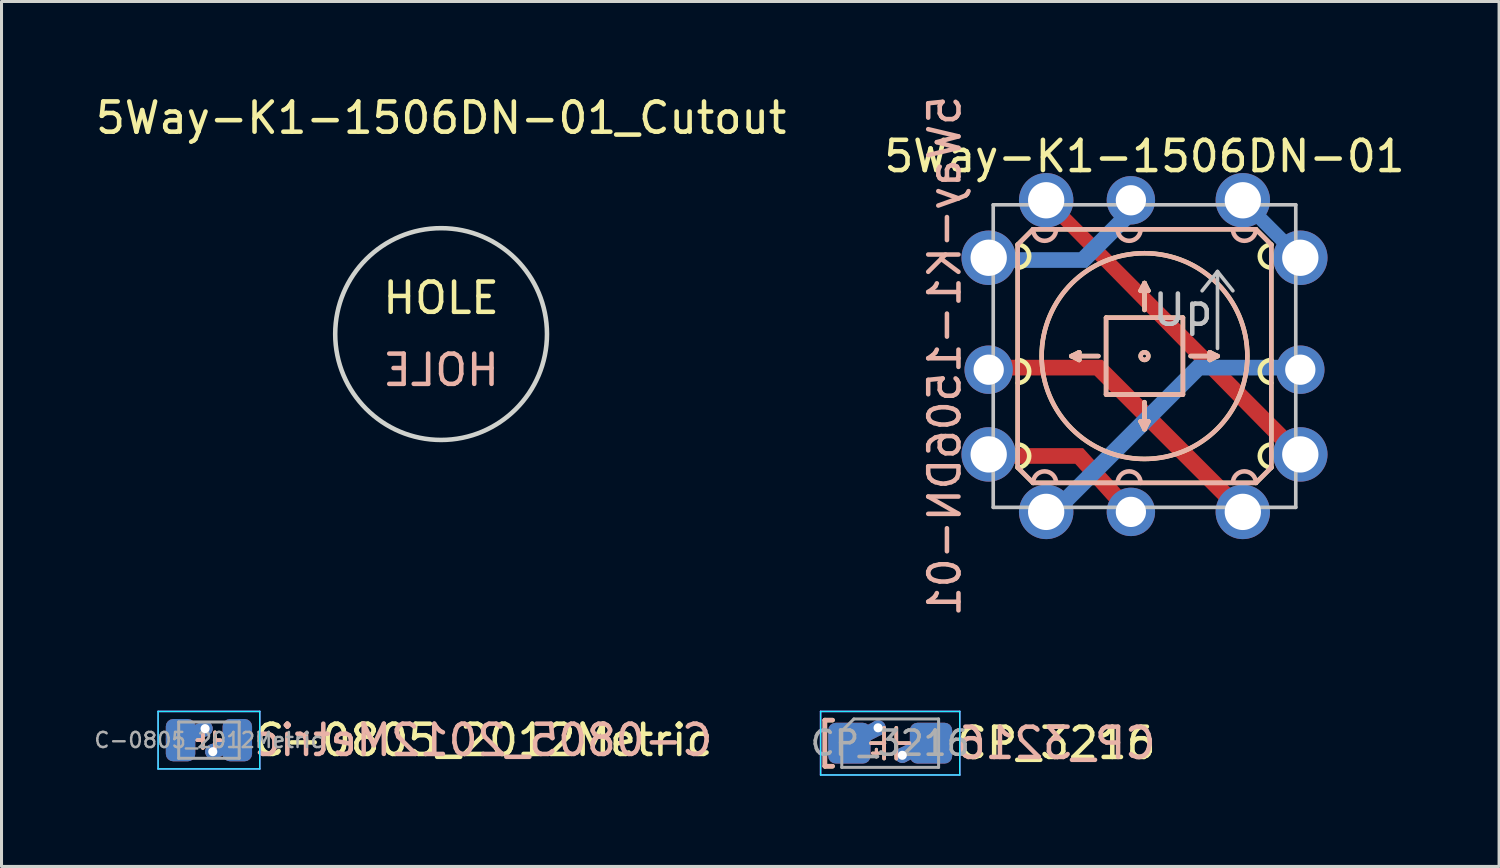
<source format=kicad_pcb>
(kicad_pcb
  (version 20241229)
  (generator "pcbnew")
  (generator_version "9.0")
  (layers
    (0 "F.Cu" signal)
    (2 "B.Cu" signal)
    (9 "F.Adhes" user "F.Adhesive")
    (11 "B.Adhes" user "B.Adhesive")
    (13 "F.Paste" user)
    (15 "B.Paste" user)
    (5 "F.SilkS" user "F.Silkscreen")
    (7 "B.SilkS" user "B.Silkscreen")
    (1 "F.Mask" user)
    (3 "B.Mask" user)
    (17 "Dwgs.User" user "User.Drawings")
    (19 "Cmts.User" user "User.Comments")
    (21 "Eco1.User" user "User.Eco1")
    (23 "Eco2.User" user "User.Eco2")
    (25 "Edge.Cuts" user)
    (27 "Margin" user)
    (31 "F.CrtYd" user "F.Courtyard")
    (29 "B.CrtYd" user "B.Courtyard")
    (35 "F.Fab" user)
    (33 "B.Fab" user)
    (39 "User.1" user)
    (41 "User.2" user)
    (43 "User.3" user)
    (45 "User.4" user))
  (footprint "CP_3216"
    (layer "F.Cu")
    (at 26.374 21.515)
    (property "Reference" "CP_3216" (at 2.1 0 0) (layer "F.SilkS") (effects (font (size 1 1) (thickness 0.15)) (justify left)))
    (attr smd)
    (fp_line (start -2.159 -0.762) (end -2.159 0.762) (stroke (width 0.15) (type solid)) (layer "F.SilkS"))
    (fp_line (start -2.159 0.762) (end -1.905 0.762) (stroke (width 0.15) (type solid)) (layer "F.SilkS"))
    (fp_line (start -1.905 -0.762) (end -2.159 -0.762) (stroke (width 0.15) (type solid)) (layer "F.SilkS"))
    (fp_line (start -0.457 0.203) (end -0.457 0.457) (stroke (width 0.1) (type solid)) (layer "F.SilkS"))
    (fp_line (start -0.33 0.33) (end -0.584 0.33) (stroke (width 0.1) (type solid)) (layer "F.SilkS"))
    (fp_line (start -0.202 -0.508) (end -0.202 0.508) (stroke (width 0.12) (type solid)) (layer "F.SilkS"))
    (fp_line (start -0.191 0) (end -0.635 0) (stroke (width 0.12) (type solid)) (layer "F.SilkS"))
    (fp_line (start 0.202 -0.508) (end 0.202 0.508) (stroke (width 0.12) (type solid)) (layer "F.SilkS"))
    (fp_line (start 0.635 0) (end 0.191 0) (stroke (width 0.12) (type solid)) (layer "F.SilkS"))
    (fp_line (start -2.159 -0.762) (end -2.159 0.762) (stroke (width 0.15) (type solid)) (layer "B.SilkS"))
    (fp_line (start -2.159 0.762) (end -1.905 0.762) (stroke (width 0.15) (type solid)) (layer "B.SilkS"))
    (fp_line (start -1.905 -0.762) (end -2.159 -0.762) (stroke (width 0.15) (type solid)) (layer "B.SilkS"))
    (fp_line (start -0.457 0.203) (end -0.457 0.457) (stroke (width 0.1) (type solid)) (layer "B.SilkS"))
    (fp_line (start -0.33 0.33) (end -0.584 0.33) (stroke (width 0.1) (type solid)) (layer "B.SilkS"))
    (fp_line (start -0.202 -0.508) (end -0.202 0.508) (stroke (width 0.12) (type solid)) (layer "B.SilkS"))
    (fp_line (start -0.191 0) (end -0.635 0) (stroke (width 0.12) (type solid)) (layer "B.SilkS"))
    (fp_line (start 0.202 -0.508) (end 0.202 0.508) (stroke (width 0.12) (type solid)) (layer "B.SilkS"))
    (fp_line (start 0.635 0) (end 0.191 0) (stroke (width 0.12) (type solid)) (layer "B.SilkS"))
    (fp_line (start -2.3 -1.05) (end 2.3 -1.05) (stroke (width 0.05) (type solid)) (layer "B.CrtYd"))
    (fp_line (start -2.3 1.05) (end -2.3 -1.05) (stroke (width 0.05) (type solid)) (layer "B.CrtYd"))
    (fp_line (start 2.3 -1.05) (end 2.3 1.05) (stroke (width 0.05) (type solid)) (layer "B.CrtYd"))
    (fp_line (start 2.3 1.05) (end -2.3 1.05) (stroke (width 0.05) (type solid)) (layer "B.CrtYd"))
    (fp_line (start -2.3 -1.05) (end 2.3 -1.05) (stroke (width 0.05) (type solid)) (layer "F.CrtYd"))
    (fp_line (start -2.3 1.05) (end -2.3 -1.05) (stroke (width 0.05) (type solid)) (layer "F.CrtYd"))
    (fp_line (start 2.3 -1.05) (end 2.3 1.05) (stroke (width 0.05) (type solid)) (layer "F.CrtYd"))
    (fp_line (start 2.3 1.05) (end -2.3 1.05) (stroke (width 0.05) (type solid)) (layer "F.CrtYd"))
    (fp_line (start -1.6 -0.4) (end -1.6 0.8) (stroke (width 0.1) (type solid)) (layer "F.Fab"))
    (fp_line (start -1.6 0.8) (end 1.6 0.8) (stroke (width 0.1) (type solid)) (layer "F.Fab"))
    (fp_line (start -1.2 -0.8) (end -1.6 -0.4) (stroke (width 0.1) (type solid)) (layer "F.Fab"))
    (fp_line (start 1.6 -0.8) (end -1.2 -0.8) (stroke (width 0.1) (type solid)) (layer "F.Fab"))
    (fp_line (start 1.6 0.8) (end 1.6 -0.8) (stroke (width 0.1) (type solid)) (layer "F.Fab"))
    (fp_text user "${REFERENCE}" (at 2.1 0 0) (layer "B.SilkS") (effects (font (size 1 1) (thickness 0.15)) (justify right mirror)))
    (fp_text user "${REFERENCE}" (at 0 0 0) (layer "F.Fab") (effects (font (size 0.8 0.8) (thickness 0.12))))
    (pad "1" smd custom (at -1.35 0) (size 1.2 1.2) (layers "F.Cu") (options (anchor circle)) (primitives (gr_line (start -0.05 0) (end 0.95 -0.5) (width 0.5))))
    (pad "1" smd custom (at -1.35 0) (size 1.2 1.2) (layers "B.Cu") (options (anchor circle)) (primitives (gr_line (start -0.05 0) (end 0.95 -0.5) (width 0.5))))
    (pad "1" smd roundrect (at -1.35 0) (size 1.4 1.35) (layers "F.Cu" "F.Mask" "F.Paste") (roundrect_rratio 0.185))
    (pad "1" smd roundrect (at -1.35 0) (size 1.4 1.35) (layers "B.Cu" "B.Mask" "B.Paste") (roundrect_rratio 0.185))
    (pad "1" thru_hole circle (at -0.4 -0.508) (size 0.5 0.5) (drill 0.3) (layers "*.Cu"))
    (pad "2" thru_hole circle (at 0.4 0.4) (size 0.5 0.5) (drill 0.3) (layers "*.Cu"))
    (pad "2" smd custom (at 1.35 0) (size 1.2 1.2) (layers "F.Cu") (options (anchor circle)) (primitives (gr_line (start -0.95 0.4) (end 0.05 -0.1) (width 0.5))))
    (pad "2" smd custom (at 1.35 0) (size 1.2 1.2) (layers "B.Cu") (options (anchor circle)) (primitives (gr_line (start -0.95 0.4) (end 0.05 -0.1) (width 0.5))))
    (pad "2" smd roundrect (at 1.35 0) (size 1.4 1.35) (layers "F.Cu" "F.Mask" "F.Paste") (roundrect_rratio 0.185))
    (pad "2" smd roundrect (at 1.35 0) (size 1.4 1.35) (layers "B.Cu" "B.Mask" "B.Paste") (roundrect_rratio 0.185)))
  (footprint "5Way-K1-1506DN-01_Cutout"
    (layer "F.Cu")
    (at 11.53 7.992)
    (property "Reference" "5Way-K1-1506DN-01_Cutout" (at 0 -7.144 0) (layer "F.SilkS") (effects (font (size 1 1) (thickness 0.15))))
    (attr through_hole)
    (fp_circle (center 0 0) (end 3.5 0) (stroke (width 0.15) (type solid)) (fill no) (layer "Edge.Cuts"))
    (fp_text user "HOLE" (at 0 -1.191 0) (layer "F.SilkS") (effects (font (size 1 1) (thickness 0.15))))
    (fp_text user "HOLE" (at 0 1.191 0) (layer "B.SilkS") (effects (font (size 1 1) (thickness 0.15)) (justify mirror))))
  (footprint "C-0805_2012Metric"
    (layer "F.Cu")
    (at 3.856 21.415)
    (property "Reference" "C-0805_2012Metric" (at 1.397 0 0) (layer "F.SilkS") (effects (font (size 1 1) (thickness 0.15)) (justify left)))
    (attr smd)
    (fp_line (start -0.202 -0.259) (end -0.202 0.259) (stroke (width 0.12) (type solid)) (layer "F.SilkS"))
    (fp_line (start -0.191 0) (end -0.381 0) (stroke (width 0.12) (type solid)) (layer "F.SilkS"))
    (fp_line (start 0.202 -0.259) (end 0.202 0.259) (stroke (width 0.12) (type solid)) (layer "F.SilkS"))
    (fp_line (start 0.381 0) (end 0.191 0) (stroke (width 0.12) (type solid)) (layer "F.SilkS"))
    (fp_line (start -0.202 -0.259) (end -0.202 0.259) (stroke (width 0.12) (type solid)) (layer "B.SilkS"))
    (fp_line (start -0.191 0) (end -0.381 0) (stroke (width 0.12) (type solid)) (layer "B.SilkS"))
    (fp_line (start 0.202 -0.259) (end 0.202 0.259) (stroke (width 0.12) (type solid)) (layer "B.SilkS"))
    (fp_line (start 0.381 0) (end 0.191 0) (stroke (width 0.12) (type solid)) (layer "B.SilkS"))
    (fp_line (start -1.68 -0.95) (end 1.68 -0.95) (stroke (width 0.05) (type solid)) (layer "B.CrtYd"))
    (fp_line (start -1.68 0.95) (end -1.68 -0.95) (stroke (width 0.05) (type solid)) (layer "B.CrtYd"))
    (fp_line (start 1.68 -0.95) (end 1.68 0.95) (stroke (width 0.05) (type solid)) (layer "B.CrtYd"))
    (fp_line (start 1.68 0.95) (end -1.68 0.95) (stroke (width 0.05) (type solid)) (layer "B.CrtYd"))
    (fp_line (start -1.68 -0.95) (end 1.68 -0.95) (stroke (width 0.05) (type solid)) (layer "F.CrtYd"))
    (fp_line (start -1.68 0.95) (end -1.68 -0.95) (stroke (width 0.05) (type solid)) (layer "F.CrtYd"))
    (fp_line (start 1.68 -0.95) (end 1.68 0.95) (stroke (width 0.05) (type solid)) (layer "F.CrtYd"))
    (fp_line (start 1.68 0.95) (end -1.68 0.95) (stroke (width 0.05) (type solid)) (layer "F.CrtYd"))
    (fp_line (start -1 -0.6) (end 1 -0.6) (stroke (width 0.1) (type solid)) (layer "F.Fab"))
    (fp_line (start -1 0.6) (end -1 -0.6) (stroke (width 0.1) (type solid)) (layer "F.Fab"))
    (fp_line (start 1 -0.6) (end 1 0.6) (stroke (width 0.1) (type solid)) (layer "F.Fab"))
    (fp_line (start 1 0.6) (end -1 0.6) (stroke (width 0.1) (type solid)) (layer "F.Fab"))
    (fp_text user "${REFERENCE}" (at 1.397 0 0) (layer "B.SilkS") (effects (font (size 1 1) (thickness 0.15)) (justify right mirror)))
    (fp_text user "${REFERENCE}" (at 0 0 0) (layer "F.Fab") (effects (font (size 0.5 0.5) (thickness 0.08))))
    (pad "1" smd custom (at -0.938 0) (size 0.975 0.975) (layers "F.Cu") (options (anchor circle)) (primitives (gr_line (start 0.81 -0.381) (end -0.079 0) (width 0.5))))
    (pad "1" smd custom (at -0.938 0) (size 0.975 0.975) (layers "B.Cu") (options (anchor circle)) (primitives (gr_line (start 0.81 -0.381) (end -0.079 0) (width 0.5))))
    (pad "1" smd roundrect (at -0.938 0) (size 0.975 1.4) (layers "F.Cu" "F.Mask" "F.Paste") (roundrect_rratio 0.25))
    (pad "1" smd roundrect (at -0.938 0) (size 0.975 1.4) (layers "B.Cu" "B.Mask" "B.Paste") (roundrect_rratio 0.25))
    (pad "1" thru_hole circle (at -0.127 -0.381) (size 0.5 0.5) (drill 0.3) (layers "*.Cu"))
    (pad "2" thru_hole circle (at 0.127 0.381) (size 0.5 0.5) (drill 0.3) (layers "*.Cu"))
    (pad "2" smd custom (at 0.938 0) (size 0.975 0.975) (layers "F.Cu") (options (anchor circle)) (primitives (gr_line (start -0.81 0.381) (end 0.079 0) (width 0.5))))
    (pad "2" smd custom (at 0.938 0) (size 0.975 0.975) (layers "B.Cu") (options (anchor circle)) (primitives (gr_line (start -0.81 0.381) (end 0.079 0) (width 0.5))))
    (pad "2" smd roundrect (at 0.938 0) (size 0.975 1.4) (layers "F.Cu" "F.Mask" "F.Paste") (roundrect_rratio 0.25))
    (pad "2" smd roundrect (at 0.938 0) (size 0.975 1.4) (layers "B.Cu" "B.Mask" "B.Paste") (roundrect_rratio 0.25)))
  (footprint "5Way-K1-1506DN-01"
    (layer "F.Cu")
    (at 34.78 8.72)
    (property "Reference" "5Way-K1-1506DN-01" (at 0 -6.604 0) (layer "F.SilkS") (effects (font (size 1 1) (thickness 0.15))))
    (attr through_hole)
    (fp_line (start -4.191 -3.683) (end -3.683 -4.191) (stroke (width 0.15) (type solid)) (layer "F.SilkS"))
    (fp_line (start -4.191 3.683) (end -4.191 -3.683) (stroke (width 0.15) (type solid)) (layer "F.SilkS"))
    (fp_line (start -3.683 -4.191) (end 3.683 -4.191) (stroke (width 0.15) (type solid)) (layer "F.SilkS"))
    (fp_line (start -3.683 4.191) (end -4.191 3.683) (stroke (width 0.15) (type solid)) (layer "F.SilkS"))
    (fp_line (start -2.413 0) (end -2.159 -0.127) (stroke (width 0.15) (type solid)) (layer "F.SilkS"))
    (fp_line (start -2.159 -0.127) (end -2.159 0.127) (stroke (width 0.15) (type solid)) (layer "F.SilkS"))
    (fp_line (start -2.159 0.127) (end -2.413 0) (stroke (width 0.15) (type solid)) (layer "F.SilkS"))
    (fp_line (start -1.524 0) (end -2.413 0) (stroke (width 0.15) (type solid)) (layer "F.SilkS"))
    (fp_line (start -1.27 -1.27) (end -1.27 1.27) (stroke (width 0.15) (type solid)) (layer "F.SilkS"))
    (fp_line (start -1.27 1.27) (end 1.27 1.27) (stroke (width 0.15) (type solid)) (layer "F.SilkS"))
    (fp_line (start -0.127 -2.159) (end 0 -2.413) (stroke (width 0.15) (type solid)) (layer "F.SilkS"))
    (fp_line (start -0.127 2.159) (end 0.127 2.159) (stroke (width 0.15) (type solid)) (layer "F.SilkS"))
    (fp_line (start 0 -2.413) (end 0.127 -2.159) (stroke (width 0.15) (type solid)) (layer "F.SilkS"))
    (fp_line (start 0 -1.524) (end 0 -2.413) (stroke (width 0.15) (type solid)) (layer "F.SilkS"))
    (fp_line (start 0 1.524) (end 0 2.413) (stroke (width 0.15) (type solid)) (layer "F.SilkS"))
    (fp_line (start 0 2.413) (end -0.127 2.159) (stroke (width 0.15) (type solid)) (layer "F.SilkS"))
    (fp_line (start 0.127 -2.159) (end -0.127 -2.159) (stroke (width 0.15) (type solid)) (layer "F.SilkS"))
    (fp_line (start 0.127 2.159) (end 0 2.413) (stroke (width 0.15) (type solid)) (layer "F.SilkS"))
    (fp_line (start 1.27 -1.27) (end -1.27 -1.27) (stroke (width 0.15) (type solid)) (layer "F.SilkS"))
    (fp_line (start 1.27 1.27) (end 1.27 -1.27) (stroke (width 0.15) (type solid)) (layer "F.SilkS"))
    (fp_line (start 1.524 0) (end 2.413 0) (stroke (width 0.15) (type solid)) (layer "F.SilkS"))
    (fp_line (start 2.159 -0.127) (end 2.413 0) (stroke (width 0.15) (type solid)) (layer "F.SilkS"))
    (fp_line (start 2.159 0.127) (end 2.159 -0.127) (stroke (width 0.15) (type solid)) (layer "F.SilkS"))
    (fp_line (start 2.413 0) (end 2.159 0.127) (stroke (width 0.15) (type solid)) (layer "F.SilkS"))
    (fp_line (start 3.683 -4.191) (end 4.191 -3.683) (stroke (width 0.15) (type solid)) (layer "F.SilkS"))
    (fp_line (start 3.683 4.191) (end -3.683 4.191) (stroke (width 0.15) (type solid)) (layer "F.SilkS"))
    (fp_line (start 4.191 -3.683) (end 4.191 3.683) (stroke (width 0.15) (type solid)) (layer "F.SilkS"))
    (fp_line (start 4.191 3.683) (end 3.683 4.191) (stroke (width 0.15) (type solid)) (layer "F.SilkS"))
    (fp_arc (start -4.191 -3.683) (mid -3.81 -3.302) (end -4.191 -2.921) (stroke (width 0.15) (type solid)) (layer "F.SilkS"))
    (fp_arc (start -4.191 0.127) (mid -3.81 0.508) (end -4.191 0.889) (stroke (width 0.15) (type solid)) (layer "F.SilkS"))
    (fp_arc (start -4.191 2.921) (mid -3.81 3.302) (end -4.191 3.683) (stroke (width 0.15) (type solid)) (layer "F.SilkS"))
    (fp_arc (start 4.191 -2.921) (mid 3.81 -3.302) (end 4.191 -3.683) (stroke (width 0.15) (type solid)) (layer "F.SilkS"))
    (fp_arc (start 4.191 0.889) (mid 3.81 0.508) (end 4.191 0.127) (stroke (width 0.15) (type solid)) (layer "F.SilkS"))
    (fp_arc (start 4.191 3.683) (mid 3.81 3.302) (end 4.191 2.921) (stroke (width 0.15) (type solid)) (layer "F.SilkS"))
    (fp_circle (center 0 0) (end 0.127 0) (stroke (width 0.15) (type solid)) (fill no) (layer "F.SilkS"))
    (fp_circle (center 0 0) (end 3.4 0) (stroke (width 0.15) (type solid)) (fill no) (layer "F.SilkS"))
    (fp_line (start -4.191 -3.683) (end -3.683 -4.191) (stroke (width 0.15) (type solid)) (layer "B.SilkS"))
    (fp_line (start -4.191 3.683) (end -4.191 -3.683) (stroke (width 0.15) (type solid)) (layer "B.SilkS"))
    (fp_line (start -4.191 3.683) (end -3.683 4.191) (stroke (width 0.15) (type solid)) (layer "B.SilkS"))
    (fp_line (start -3.683 -4.191) (end 3.683 -4.191) (stroke (width 0.15) (type solid)) (layer "B.SilkS"))
    (fp_line (start -2.413 0) (end -2.159 -0.127) (stroke (width 0.15) (type solid)) (layer "B.SilkS"))
    (fp_line (start -2.159 -0.127) (end -2.159 0.127) (stroke (width 0.15) (type solid)) (layer "B.SilkS"))
    (fp_line (start -2.159 0.127) (end -2.413 0) (stroke (width 0.15) (type solid)) (layer "B.SilkS"))
    (fp_line (start -1.524 0) (end -2.413 0) (stroke (width 0.15) (type solid)) (layer "B.SilkS"))
    (fp_line (start -1.27 -1.27) (end -1.27 1.27) (stroke (width 0.15) (type solid)) (layer "B.SilkS"))
    (fp_line (start -1.27 1.27) (end 1.27 1.27) (stroke (width 0.15) (type solid)) (layer "B.SilkS"))
    (fp_line (start -0.127 -2.159) (end 0 -2.413) (stroke (width 0.15) (type solid)) (layer "B.SilkS"))
    (fp_line (start -0.127 2.159) (end 0.127 2.159) (stroke (width 0.15) (type solid)) (layer "B.SilkS"))
    (fp_line (start 0 -2.413) (end 0.127 -2.159) (stroke (width 0.15) (type solid)) (layer "B.SilkS"))
    (fp_line (start 0 -1.524) (end 0 -2.413) (stroke (width 0.15) (type solid)) (layer "B.SilkS"))
    (fp_line (start 0 1.524) (end 0 2.413) (stroke (width 0.15) (type solid)) (layer "B.SilkS"))
    (fp_line (start 0 2.413) (end -0.127 2.159) (stroke (width 0.15) (type solid)) (layer "B.SilkS"))
    (fp_line (start 0.127 -2.159) (end -0.127 -2.159) (stroke (width 0.15) (type solid)) (layer "B.SilkS"))
    (fp_line (start 0.127 2.159) (end 0 2.413) (stroke (width 0.15) (type solid)) (layer "B.SilkS"))
    (fp_line (start 1.27 -1.27) (end -1.27 -1.27) (stroke (width 0.15) (type solid)) (layer "B.SilkS"))
    (fp_line (start 1.27 1.27) (end 1.27 -1.27) (stroke (width 0.15) (type solid)) (layer "B.SilkS"))
    (fp_line (start 1.524 0) (end 2.413 0) (stroke (width 0.15) (type solid)) (layer "B.SilkS"))
    (fp_line (start 2.159 -0.127) (end 2.413 0) (stroke (width 0.15) (type solid)) (layer "B.SilkS"))
    (fp_line (start 2.159 0.127) (end 2.159 -0.127) (stroke (width 0.15) (type solid)) (layer "B.SilkS"))
    (fp_line (start 2.413 0) (end 2.159 0.127) (stroke (width 0.15) (type solid)) (layer "B.SilkS"))
    (fp_line (start 3.683 4.191) (end -3.683 4.191) (stroke (width 0.15) (type solid)) (layer "B.SilkS"))
    (fp_line (start 4.191 -3.683) (end 3.683 -4.191) (stroke (width 0.15) (type solid)) (layer "B.SilkS"))
    (fp_line (start 4.191 -3.683) (end 4.191 3.683) (stroke (width 0.15) (type solid)) (layer "B.SilkS"))
    (fp_line (start 4.191 3.683) (end 3.683 4.191) (stroke (width 0.15) (type solid)) (layer "B.SilkS"))
    (fp_arc (start -3.683 4.191) (mid -3.302 3.81) (end -2.921 4.191) (stroke (width 0.15) (type solid)) (layer "B.SilkS"))
    (fp_arc (start -2.921 -4.191) (mid -3.302 -3.81) (end -3.683 -4.191) (stroke (width 0.15) (type solid)) (layer "B.SilkS"))
    (fp_arc (start -0.889 4.191) (mid -0.508 3.81) (end -0.127 4.191) (stroke (width 0.15) (type solid)) (layer "B.SilkS"))
    (fp_arc (start -0.127 -4.191) (mid -0.508 -3.81) (end -0.889 -4.191) (stroke (width 0.15) (type solid)) (layer "B.SilkS"))
    (fp_arc (start 2.921 4.191) (mid 3.302 3.81) (end 3.683 4.191) (stroke (width 0.15) (type solid)) (layer "B.SilkS"))
    (fp_arc (start 3.683 -4.191) (mid 3.302 -3.81) (end 2.921 -4.191) (stroke (width 0.15) (type solid)) (layer "B.SilkS"))
    (fp_circle (center 0 0) (end 0 0.127) (stroke (width 0.15) (type solid)) (fill no) (layer "B.SilkS"))
    (fp_circle (center 0 0) (end 3.4 0) (stroke (width 0.15) (type solid)) (fill no) (layer "B.SilkS"))
    (fp_line (start -5 -5) (end 5 -5) (stroke (width 0.12) (type solid)) (layer "Dwgs.User"))
    (fp_line (start -5 5) (end -5 -5) (stroke (width 0.12) (type solid)) (layer "Dwgs.User"))
    (fp_line (start 2.413 -2.794) (end 1.905 -2.159) (stroke (width 0.12) (type solid)) (layer "Dwgs.User"))
    (fp_line (start 2.413 -2.794) (end 2.921 -2.159) (stroke (width 0.12) (type solid)) (layer "Dwgs.User"))
    (fp_line (start 2.413 -0.254) (end 2.413 -2.794) (stroke (width 0.12) (type solid)) (layer "Dwgs.User"))
    (fp_line (start 5 -5) (end 5 5) (stroke (width 0.12) (type solid)) (layer "Dwgs.User"))
    (fp_line (start 5 5) (end -5 5) (stroke (width 0.12) (type solid)) (layer "Dwgs.User"))
    (fp_text user "${REFERENCE}" (at -6.604 0 90) (layer "B.SilkS") (effects (font (size 1 1) (thickness 0.15)) (justify mirror)))
    (fp_text user "Up" (at 1.27 -1.524 0) (layer "Dwgs.User") (effects (font (size 1 1) (thickness 0.15))))
    (pad "1" thru_hole circle (at -5.15 -3.25) (size 1.8 1.8) (drill 1.2) (layers "*.Cu" "*.Mask"))
    (pad "1" smd custom (at -2.54 -3.175) (size 0.5 0.5) (layers "B.Cu") (options (anchor circle)) (primitives (gr_poly (pts (xy -1.905 -0.254) (xy -2.413 -0.889) (xy -2.794 -0.889) (xy -3.302 -0.381) (xy -3.302 0.254) (xy -2.921 0.635) (xy -2.286 0.635) (xy -1.905 0.254) (xy 0.635 0.254) (xy 2.159 -1.27) (xy 2.413 -1.27) (xy 2.794 -1.651) (xy 2.794 -2.286) (xy 2.413 -2.667) (xy 1.778 -2.667) (xy 1.397 -2.286) (xy 1.397 -1.651) (xy 1.651 -1.524) (xy 0.381 -0.254)) (width 0.01) (fill yes))))
    (pad "1" thru_hole circle (at -0.45 -5.15) (size 1.6 1.6) (drill 1) (layers "*.Cu" "*.Mask"))
    (pad "2" thru_hole circle (at -5.15 0.45) (size 1.6 1.6) (drill 1) (layers "*.Cu" "*.Mask"))
    (pad "2" smd custom (at 2.032 3.937) (size 0.5 0.5) (layers "F.Cu") (options (anchor circle)) (primitives (gr_poly (pts (xy -6.604 -3.81) (xy -6.985 -4.191) (xy -7.366 -4.191) (xy -7.874 -3.683) (xy -7.874 -3.302) (xy -7.366 -2.794) (xy -6.985 -2.794) (xy -6.477 -3.302) (xy -3.683 -3.302) (xy 0.508 0.889) (xy 0.508 1.524) (xy 0.889 1.905) (xy 1.651 1.905) (xy 2.032 1.524) (xy 2.032 0.889) (xy 1.778 0.635) (xy 0.889 0.508) (xy -3.429 -3.81)) (width 0.01) (fill yes))))
    (pad "2" thru_hole circle (at 3.25 5.15) (size 1.8 1.8) (drill 1.2) (layers "*.Cu" "*.Mask"))
    (pad "3" thru_hole circle (at -5.15 3.25) (size 1.8 1.8) (drill 1.2) (layers "*.Cu" "*.Mask"))
    (pad "3" smd custom (at -1.778 3.81) (size 0.4 0.4) (layers "F.Cu") (options (anchor circle)) (primitives (gr_poly (pts (xy -2.667 -0.254) (xy -0.508 -0.254) (xy 0.635 1.016) (xy 0.635 1.651) (xy 1.016 2.032) (xy 1.651 2.032) (xy 2.032 1.651) (xy 2.032 1.016) (xy 1.651 0.635) (xy 1.016 0.635) (xy -0.254 -0.762) (xy -2.667 -0.762) (xy -2.667 -1.016) (xy -2.921 -1.27) (xy -3.81 -1.27) (xy -4.064 -0.889) (xy -4.064 -0.254) (xy -3.683 0.127) (xy -3.048 0.127)) (width 0.01) (fill yes))))
    (pad "3" thru_hole circle (at -0.45 5.15) (size 1.6 1.6) (drill 1) (layers "*.Cu" "*.Mask"))
    (pad "4" thru_hole circle (at -3.25 -5.15) (size 1.8 1.8) (drill 1.2) (layers "*.Cu" "*.Mask"))
    (pad "4" smd custom (at 0.95 -0.95) (size 0.2 0.2) (layers "F.Cu") (options (anchor rect)) (primitives (gr_poly (pts (xy -4.887 -4.511) (xy -4.887 -3.876) (xy -4.506 -3.495) (xy -3.744 -3.495) (xy 3.495 3.871) (xy 3.495 4.633) (xy 3.749 4.887) (xy 4.638 4.887) (xy 4.892 4.633) (xy 4.892 3.744) (xy 4.638 3.49) (xy 3.749 3.49) (xy -3.49 -3.749) (xy -3.49 -4.511) (xy -3.871 -4.892) (xy -4.506 -4.892)) (width 0.1) (fill yes))))
    (pad "4" thru_hole circle (at 5.15 3.25) (size 1.8 1.8) (drill 1.2) (layers "*.Cu" "*.Mask"))
    (pad "5" thru_hole circle (at -3.25 5.15) (size 1.8 1.8) (drill 1.2) (layers "*.Cu" "*.Mask"))
    (pad "5" smd custom (at 3.81 0.381) (size 0.5 0.5) (layers "B.Cu") (options (anchor circle)) (primitives (gr_poly (pts (xy -6.223 4.572) (xy -6.223 4.953) (xy -6.731 5.461) (xy -7.493 5.461) (xy -7.874 4.953) (xy -7.874 4.572) (xy -7.493 4.064) (xy -6.731 4.064) (xy -6.604 4.191) (xy -2.159 -0.254) (xy 0.635 -0.254) (xy 1.016 -0.635) (xy 1.651 -0.635) (xy 2.032 -0.254) (xy 2.032 0.381) (xy 1.651 0.762) (xy 1.016 0.762) (xy 0.635 0.381) (xy 0.635 0.254) (xy -1.905 0.254)) (width 0.01) (fill yes))))
    (pad "5" thru_hole circle (at 5.15 0.45) (size 1.6 1.6) (drill 1) (layers "*.Cu" "*.Mask"))
    (pad "6" thru_hole circle (at 3.25 -5.15) (size 1.8 1.8) (drill 1.2) (layers "*.Cu" "*.Mask"))
    (pad "6" smd custom (at 4.2 -4.2) (size 0.2 0.2) (layers "B.Cu") (options (anchor rect)) (primitives (gr_poly (pts (xy 1.642 0.517) (xy 1.642 1.406) (xy 1.388 1.66) (xy 0.499 1.66) (xy 0.245 1.406) (xy 0.245 0.517) (xy -0.517 -0.245) (xy -1.406 -0.245) (xy -1.66 -0.499) (xy -1.66 -1.388) (xy -1.406 -1.642) (xy -0.517 -1.642) (xy -0.263 -1.388) (xy -0.263 -0.499) (xy 0.499 0.263) (xy 1.388 0.263)) (width 0.1) (fill yes))))
    (pad "6" thru_hole circle (at 5.15 -3.25) (size 1.8 1.8) (drill 1.2) (layers "*.Cu" "*.Mask")))
  (gr_rect
    (start -3 -3)
    (end 46.5 25.59)
    (stroke (width 0.1) (type default))
    (fill no)
    (layer "Edge.Cuts")))
</source>
